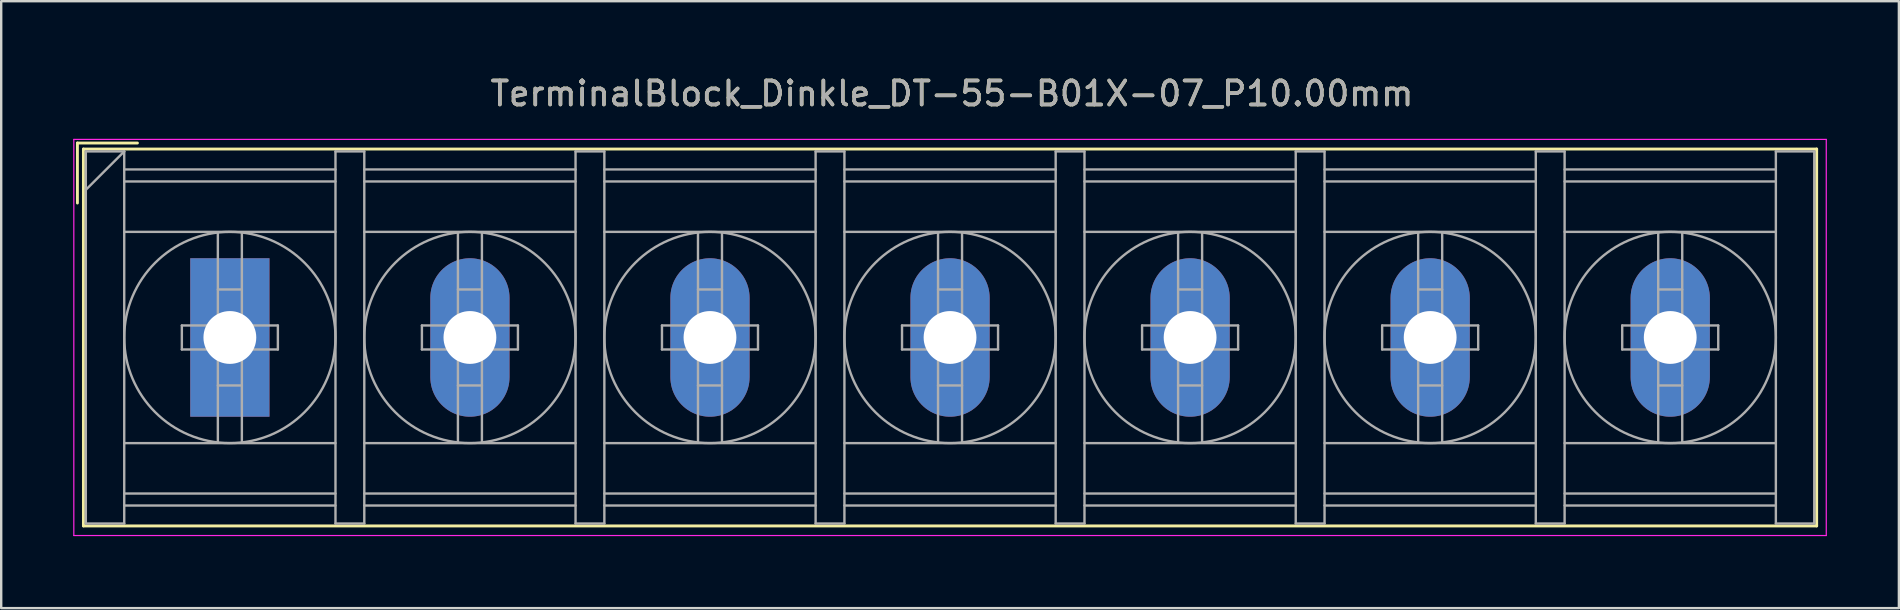
<source format=kicad_pcb>
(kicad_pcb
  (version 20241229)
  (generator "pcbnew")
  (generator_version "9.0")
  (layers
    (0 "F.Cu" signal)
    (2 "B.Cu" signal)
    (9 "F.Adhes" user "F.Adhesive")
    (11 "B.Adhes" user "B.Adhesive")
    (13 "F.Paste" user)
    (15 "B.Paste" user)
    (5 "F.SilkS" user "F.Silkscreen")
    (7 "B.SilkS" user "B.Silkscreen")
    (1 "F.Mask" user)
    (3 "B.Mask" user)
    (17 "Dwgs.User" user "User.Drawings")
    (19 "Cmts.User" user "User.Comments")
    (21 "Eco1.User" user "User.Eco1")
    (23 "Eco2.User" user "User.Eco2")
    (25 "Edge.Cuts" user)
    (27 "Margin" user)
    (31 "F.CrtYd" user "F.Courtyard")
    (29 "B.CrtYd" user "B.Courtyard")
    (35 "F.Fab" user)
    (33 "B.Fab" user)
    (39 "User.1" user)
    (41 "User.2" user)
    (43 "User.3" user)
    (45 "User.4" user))
  (footprint "TerminalBlock_Dinkle_DT-55-B01X-07_P10.00mm"
    (layer "F.Cu")
    (at 6.525 11.008)
    (property "Reference" "TerminalBlock_Dinkle_DT-55-B01X-07_P10.00mm" (at 30.08 -10.16 0) (layer "F.SilkS") (effects (font (size 1 1) (thickness 0.15))))
    (attr through_hole)
    (fp_line (start -6.35 -8.1) (end -3.85 -8.1) (stroke (width 0.12) (type solid)) (layer "F.SilkS"))
    (fp_line (start -6.35 -5.6) (end -6.35 -8.1) (stroke (width 0.12) (type solid)) (layer "F.SilkS"))
    (fp_line (start -6.1 -7.85) (end 66.1 -7.85) (stroke (width 0.12) (type solid)) (layer "F.SilkS"))
    (fp_line (start -6.1 7.85) (end -6.1 -7.85) (stroke (width 0.12) (type solid)) (layer "F.SilkS"))
    (fp_line (start -6.1 7.85) (end 66.1 7.85) (stroke (width 0.12) (type solid)) (layer "F.SilkS"))
    (fp_line (start 66.1 -7.85) (end 66.1 7.85) (stroke (width 0.12) (type solid)) (layer "F.SilkS"))
    (fp_line (start -6.5 -8.25) (end 66.5 -8.25) (stroke (width 0.05) (type solid)) (layer "F.CrtYd"))
    (fp_line (start -6.5 8.25) (end -6.5 -8.25) (stroke (width 0.05) (type solid)) (layer "F.CrtYd"))
    (fp_line (start -6.5 8.25) (end 66.5 8.25) (stroke (width 0.05) (type solid)) (layer "F.CrtYd"))
    (fp_line (start 66.5 -8.25) (end 66.5 8.25) (stroke (width 0.05) (type solid)) (layer "F.CrtYd"))
    (fp_line (start -6 -7.75) (end -6 7.75) (stroke (width 0.1) (type solid)) (layer "F.Fab"))
    (fp_line (start -6 -7.75) (end -4.4 -7.75) (stroke (width 0.1) (type solid)) (layer "F.Fab"))
    (fp_line (start -6 7.75) (end -4.4 7.75) (stroke (width 0.1) (type solid)) (layer "F.Fab"))
    (fp_line (start -4.4 -7.75) (end -6 -6.15) (stroke (width 0.1) (type solid)) (layer "F.Fab"))
    (fp_line (start -4.4 -7.75) (end -4.4 7.75) (stroke (width 0.1) (type solid)) (layer "F.Fab"))
    (fp_line (start -4.4 -7) (end 4.4 -7) (stroke (width 0.1) (type solid)) (layer "F.Fab"))
    (fp_line (start -4.4 -6.5) (end 4.4 -6.5) (stroke (width 0.1) (type solid)) (layer "F.Fab"))
    (fp_line (start -4.4 -4.4) (end 4.4 -4.4) (stroke (width 0.1) (type solid)) (layer "F.Fab"))
    (fp_line (start -4.4 4.4) (end 4.4 4.4) (stroke (width 0.1) (type solid)) (layer "F.Fab"))
    (fp_line (start -4.4 6.5) (end 4.4 6.5) (stroke (width 0.1) (type solid)) (layer "F.Fab"))
    (fp_line (start -4.4 7) (end 4.4 7) (stroke (width 0.1) (type solid)) (layer "F.Fab"))
    (fp_line (start -2 -0.5) (end -2 0.5) (stroke (width 0.1) (type solid)) (layer "F.Fab"))
    (fp_line (start -2 0.5) (end -0.5 0.5) (stroke (width 0.1) (type solid)) (layer "F.Fab"))
    (fp_line (start -0.5 -4.35) (end -0.5 -0.5) (stroke (width 0.1) (type solid)) (layer "F.Fab"))
    (fp_line (start -0.5 -2) (end 0.5 -2) (stroke (width 0.1) (type solid)) (layer "F.Fab"))
    (fp_line (start -0.5 -0.5) (end -2 -0.5) (stroke (width 0.1) (type solid)) (layer "F.Fab"))
    (fp_line (start -0.5 0.5) (end -0.5 4.35) (stroke (width 0.1) (type solid)) (layer "F.Fab"))
    (fp_line (start -0.5 2) (end 0.5 2) (stroke (width 0.1) (type solid)) (layer "F.Fab"))
    (fp_line (start 0.5 -4.35) (end 0.5 -0.5) (stroke (width 0.1) (type solid)) (layer "F.Fab"))
    (fp_line (start 0.5 -0.5) (end 2 -0.5) (stroke (width 0.1) (type solid)) (layer "F.Fab"))
    (fp_line (start 0.5 0.5) (end 0.5 4.35) (stroke (width 0.1) (type solid)) (layer "F.Fab"))
    (fp_line (start 2 -0.5) (end 2 0.5) (stroke (width 0.1) (type solid)) (layer "F.Fab"))
    (fp_line (start 2 0.5) (end 0.5 0.5) (stroke (width 0.1) (type solid)) (layer "F.Fab"))
    (fp_line (start 4.4 -7.75) (end 4.4 7.75) (stroke (width 0.1) (type solid)) (layer "F.Fab"))
    (fp_line (start 4.4 -7.75) (end 5.6 -7.75) (stroke (width 0.1) (type solid)) (layer "F.Fab"))
    (fp_line (start 4.4 7.75) (end 5.6 7.75) (stroke (width 0.1) (type solid)) (layer "F.Fab"))
    (fp_line (start 5.6 -7.75) (end 5.6 7.75) (stroke (width 0.1) (type solid)) (layer "F.Fab"))
    (fp_line (start 5.6 -7) (end 14.4 -7) (stroke (width 0.1) (type solid)) (layer "F.Fab"))
    (fp_line (start 5.6 -6.5) (end 14.4 -6.5) (stroke (width 0.1) (type solid)) (layer "F.Fab"))
    (fp_line (start 5.6 -4.4) (end 14.4 -4.4) (stroke (width 0.1) (type solid)) (layer "F.Fab"))
    (fp_line (start 5.6 4.4) (end 14.4 4.4) (stroke (width 0.1) (type solid)) (layer "F.Fab"))
    (fp_line (start 5.6 6.5) (end 14.4 6.5) (stroke (width 0.1) (type solid)) (layer "F.Fab"))
    (fp_line (start 5.6 7) (end 14.4 7) (stroke (width 0.1) (type solid)) (layer "F.Fab"))
    (fp_line (start 8 -0.5) (end 8 0.5) (stroke (width 0.1) (type solid)) (layer "F.Fab"))
    (fp_line (start 8 0.5) (end 9.5 0.5) (stroke (width 0.1) (type solid)) (layer "F.Fab"))
    (fp_line (start 9.5 -4.35) (end 9.5 -0.5) (stroke (width 0.1) (type solid)) (layer "F.Fab"))
    (fp_line (start 9.5 -2) (end 10.5 -2) (stroke (width 0.1) (type solid)) (layer "F.Fab"))
    (fp_line (start 9.5 -0.5) (end 8 -0.5) (stroke (width 0.1) (type solid)) (layer "F.Fab"))
    (fp_line (start 9.5 0.5) (end 9.5 4.35) (stroke (width 0.1) (type solid)) (layer "F.Fab"))
    (fp_line (start 9.5 2) (end 10.5 2) (stroke (width 0.1) (type solid)) (layer "F.Fab"))
    (fp_line (start 10.5 -4.35) (end 10.5 -0.5) (stroke (width 0.1) (type solid)) (layer "F.Fab"))
    (fp_line (start 10.5 -0.5) (end 12 -0.5) (stroke (width 0.1) (type solid)) (layer "F.Fab"))
    (fp_line (start 10.5 0.5) (end 10.5 4.35) (stroke (width 0.1) (type solid)) (layer "F.Fab"))
    (fp_line (start 12 -0.5) (end 12 0.5) (stroke (width 0.1) (type solid)) (layer "F.Fab"))
    (fp_line (start 12 0.5) (end 10.5 0.5) (stroke (width 0.1) (type solid)) (layer "F.Fab"))
    (fp_line (start 14.4 -7.75) (end 14.4 7.75) (stroke (width 0.1) (type solid)) (layer "F.Fab"))
    (fp_line (start 14.4 -7.75) (end 15.6 -7.75) (stroke (width 0.1) (type solid)) (layer "F.Fab"))
    (fp_line (start 14.4 7.75) (end 15.6 7.75) (stroke (width 0.1) (type solid)) (layer "F.Fab"))
    (fp_line (start 15.6 -7.75) (end 15.6 7.75) (stroke (width 0.1) (type solid)) (layer "F.Fab"))
    (fp_line (start 15.6 -7) (end 24.4 -7) (stroke (width 0.1) (type solid)) (layer "F.Fab"))
    (fp_line (start 15.6 -6.5) (end 24.4 -6.5) (stroke (width 0.1) (type solid)) (layer "F.Fab"))
    (fp_line (start 15.6 -4.4) (end 24.4 -4.4) (stroke (width 0.1) (type solid)) (layer "F.Fab"))
    (fp_line (start 15.6 4.4) (end 24.4 4.4) (stroke (width 0.1) (type solid)) (layer "F.Fab"))
    (fp_line (start 15.6 6.5) (end 24.4 6.5) (stroke (width 0.1) (type solid)) (layer "F.Fab"))
    (fp_line (start 15.6 7) (end 24.4 7) (stroke (width 0.1) (type solid)) (layer "F.Fab"))
    (fp_line (start 18 -0.5) (end 18 0.5) (stroke (width 0.1) (type solid)) (layer "F.Fab"))
    (fp_line (start 18 0.5) (end 19.5 0.5) (stroke (width 0.1) (type solid)) (layer "F.Fab"))
    (fp_line (start 19.5 -4.35) (end 19.5 -0.5) (stroke (width 0.1) (type solid)) (layer "F.Fab"))
    (fp_line (start 19.5 -2) (end 20.5 -2) (stroke (width 0.1) (type solid)) (layer "F.Fab"))
    (fp_line (start 19.5 -0.5) (end 18 -0.5) (stroke (width 0.1) (type solid)) (layer "F.Fab"))
    (fp_line (start 19.5 0.5) (end 19.5 4.35) (stroke (width 0.1) (type solid)) (layer "F.Fab"))
    (fp_line (start 19.5 2) (end 20.5 2) (stroke (width 0.1) (type solid)) (layer "F.Fab"))
    (fp_line (start 20.5 -4.35) (end 20.5 -0.5) (stroke (width 0.1) (type solid)) (layer "F.Fab"))
    (fp_line (start 20.5 -0.5) (end 22 -0.5) (stroke (width 0.1) (type solid)) (layer "F.Fab"))
    (fp_line (start 20.5 0.5) (end 20.5 4.35) (stroke (width 0.1) (type solid)) (layer "F.Fab"))
    (fp_line (start 22 -0.5) (end 22 0.5) (stroke (width 0.1) (type solid)) (layer "F.Fab"))
    (fp_line (start 22 0.5) (end 20.5 0.5) (stroke (width 0.1) (type solid)) (layer "F.Fab"))
    (fp_line (start 24.4 -7.75) (end 24.4 7.75) (stroke (width 0.1) (type solid)) (layer "F.Fab"))
    (fp_line (start 24.4 -7.75) (end 25.6 -7.75) (stroke (width 0.1) (type solid)) (layer "F.Fab"))
    (fp_line (start 24.4 7.75) (end 25.6 7.75) (stroke (width 0.1) (type solid)) (layer "F.Fab"))
    (fp_line (start 25.6 -7.75) (end 25.6 7.75) (stroke (width 0.1) (type solid)) (layer "F.Fab"))
    (fp_line (start 25.6 -7) (end 34.4 -7) (stroke (width 0.1) (type solid)) (layer "F.Fab"))
    (fp_line (start 25.6 -6.5) (end 34.4 -6.5) (stroke (width 0.1) (type solid)) (layer "F.Fab"))
    (fp_line (start 25.6 -4.4) (end 34.4 -4.4) (stroke (width 0.1) (type solid)) (layer "F.Fab"))
    (fp_line (start 25.6 4.4) (end 34.4 4.4) (stroke (width 0.1) (type solid)) (layer "F.Fab"))
    (fp_line (start 25.6 6.5) (end 34.4 6.5) (stroke (width 0.1) (type solid)) (layer "F.Fab"))
    (fp_line (start 25.6 7) (end 34.4 7) (stroke (width 0.1) (type solid)) (layer "F.Fab"))
    (fp_line (start 28 -0.5) (end 28 0.5) (stroke (width 0.1) (type solid)) (layer "F.Fab"))
    (fp_line (start 28 0.5) (end 29.5 0.5) (stroke (width 0.1) (type solid)) (layer "F.Fab"))
    (fp_line (start 29.5 -4.35) (end 29.5 -0.5) (stroke (width 0.1) (type solid)) (layer "F.Fab"))
    (fp_line (start 29.5 -2) (end 30.5 -2) (stroke (width 0.1) (type solid)) (layer "F.Fab"))
    (fp_line (start 29.5 -0.5) (end 28 -0.5) (stroke (width 0.1) (type solid)) (layer "F.Fab"))
    (fp_line (start 29.5 0.5) (end 29.5 4.35) (stroke (width 0.1) (type solid)) (layer "F.Fab"))
    (fp_line (start 29.5 2) (end 30.5 2) (stroke (width 0.1) (type solid)) (layer "F.Fab"))
    (fp_line (start 30.5 -4.35) (end 30.5 -0.5) (stroke (width 0.1) (type solid)) (layer "F.Fab"))
    (fp_line (start 30.5 -0.5) (end 32 -0.5) (stroke (width 0.1) (type solid)) (layer "F.Fab"))
    (fp_line (start 30.5 0.5) (end 30.5 4.35) (stroke (width 0.1) (type solid)) (layer "F.Fab"))
    (fp_line (start 32 -0.5) (end 32 0.5) (stroke (width 0.1) (type solid)) (layer "F.Fab"))
    (fp_line (start 32 0.5) (end 30.5 0.5) (stroke (width 0.1) (type solid)) (layer "F.Fab"))
    (fp_line (start 34.4 -7.75) (end 34.4 7.75) (stroke (width 0.1) (type solid)) (layer "F.Fab"))
    (fp_line (start 34.4 -7.75) (end 35.6 -7.75) (stroke (width 0.1) (type solid)) (layer "F.Fab"))
    (fp_line (start 34.4 7.75) (end 35.6 7.75) (stroke (width 0.1) (type solid)) (layer "F.Fab"))
    (fp_line (start 35.6 -7.75) (end 35.6 7.75) (stroke (width 0.1) (type solid)) (layer "F.Fab"))
    (fp_line (start 35.6 -7) (end 44.4 -7) (stroke (width 0.1) (type solid)) (layer "F.Fab"))
    (fp_line (start 35.6 -6.5) (end 44.4 -6.5) (stroke (width 0.1) (type solid)) (layer "F.Fab"))
    (fp_line (start 35.6 -4.4) (end 44.4 -4.4) (stroke (width 0.1) (type solid)) (layer "F.Fab"))
    (fp_line (start 35.6 4.4) (end 44.4 4.4) (stroke (width 0.1) (type solid)) (layer "F.Fab"))
    (fp_line (start 35.6 6.5) (end 44.4 6.5) (stroke (width 0.1) (type solid)) (layer "F.Fab"))
    (fp_line (start 35.6 7) (end 44.4 7) (stroke (width 0.1) (type solid)) (layer "F.Fab"))
    (fp_line (start 38 -0.5) (end 38 0.5) (stroke (width 0.1) (type solid)) (layer "F.Fab"))
    (fp_line (start 38 0.5) (end 39.5 0.5) (stroke (width 0.1) (type solid)) (layer "F.Fab"))
    (fp_line (start 39.5 -4.35) (end 39.5 -0.5) (stroke (width 0.1) (type solid)) (layer "F.Fab"))
    (fp_line (start 39.5 -2) (end 40.5 -2) (stroke (width 0.1) (type solid)) (layer "F.Fab"))
    (fp_line (start 39.5 -0.5) (end 38 -0.5) (stroke (width 0.1) (type solid)) (layer "F.Fab"))
    (fp_line (start 39.5 0.5) (end 39.5 4.35) (stroke (width 0.1) (type solid)) (layer "F.Fab"))
    (fp_line (start 39.5 2) (end 40.5 2) (stroke (width 0.1) (type solid)) (layer "F.Fab"))
    (fp_line (start 40.5 -4.35) (end 40.5 -0.5) (stroke (width 0.1) (type solid)) (layer "F.Fab"))
    (fp_line (start 40.5 -0.5) (end 42 -0.5) (stroke (width 0.1) (type solid)) (layer "F.Fab"))
    (fp_line (start 40.5 0.5) (end 40.5 4.35) (stroke (width 0.1) (type solid)) (layer "F.Fab"))
    (fp_line (start 42 -0.5) (end 42 0.5) (stroke (width 0.1) (type solid)) (layer "F.Fab"))
    (fp_line (start 42 0.5) (end 40.5 0.5) (stroke (width 0.1) (type solid)) (layer "F.Fab"))
    (fp_line (start 44.4 -7.75) (end 44.4 7.75) (stroke (width 0.1) (type solid)) (layer "F.Fab"))
    (fp_line (start 44.4 -7.75) (end 45.6 -7.75) (stroke (width 0.1) (type solid)) (layer "F.Fab"))
    (fp_line (start 44.4 7.75) (end 45.6 7.75) (stroke (width 0.1) (type solid)) (layer "F.Fab"))
    (fp_line (start 45.6 -7.75) (end 45.6 7.75) (stroke (width 0.1) (type solid)) (layer "F.Fab"))
    (fp_line (start 45.6 -7) (end 54.4 -7) (stroke (width 0.1) (type solid)) (layer "F.Fab"))
    (fp_line (start 45.6 -6.5) (end 54.4 -6.5) (stroke (width 0.1) (type solid)) (layer "F.Fab"))
    (fp_line (start 45.6 -4.4) (end 54.4 -4.4) (stroke (width 0.1) (type solid)) (layer "F.Fab"))
    (fp_line (start 45.6 4.4) (end 54.4 4.4) (stroke (width 0.1) (type solid)) (layer "F.Fab"))
    (fp_line (start 45.6 6.5) (end 54.4 6.5) (stroke (width 0.1) (type solid)) (layer "F.Fab"))
    (fp_line (start 45.6 7) (end 54.4 7) (stroke (width 0.1) (type solid)) (layer "F.Fab"))
    (fp_line (start 48 -0.5) (end 48 0.5) (stroke (width 0.1) (type solid)) (layer "F.Fab"))
    (fp_line (start 48 0.5) (end 49.5 0.5) (stroke (width 0.1) (type solid)) (layer "F.Fab"))
    (fp_line (start 49.5 -4.35) (end 49.5 -0.5) (stroke (width 0.1) (type solid)) (layer "F.Fab"))
    (fp_line (start 49.5 -2) (end 50.5 -2) (stroke (width 0.1) (type solid)) (layer "F.Fab"))
    (fp_line (start 49.5 -0.5) (end 48 -0.5) (stroke (width 0.1) (type solid)) (layer "F.Fab"))
    (fp_line (start 49.5 0.5) (end 49.5 4.35) (stroke (width 0.1) (type solid)) (layer "F.Fab"))
    (fp_line (start 49.5 2) (end 50.5 2) (stroke (width 0.1) (type solid)) (layer "F.Fab"))
    (fp_line (start 50.5 -4.35) (end 50.5 -0.5) (stroke (width 0.1) (type solid)) (layer "F.Fab"))
    (fp_line (start 50.5 -0.5) (end 52 -0.5) (stroke (width 0.1) (type solid)) (layer "F.Fab"))
    (fp_line (start 50.5 0.5) (end 50.5 4.35) (stroke (width 0.1) (type solid)) (layer "F.Fab"))
    (fp_line (start 52 -0.5) (end 52 0.5) (stroke (width 0.1) (type solid)) (layer "F.Fab"))
    (fp_line (start 52 0.5) (end 50.5 0.5) (stroke (width 0.1) (type solid)) (layer "F.Fab"))
    (fp_line (start 54.4 -7.75) (end 54.4 7.75) (stroke (width 0.1) (type solid)) (layer "F.Fab"))
    (fp_line (start 54.4 -7.75) (end 55.6 -7.75) (stroke (width 0.1) (type solid)) (layer "F.Fab"))
    (fp_line (start 54.4 7.75) (end 55.6 7.75) (stroke (width 0.1) (type solid)) (layer "F.Fab"))
    (fp_line (start 55.6 -7.75) (end 55.6 7.75) (stroke (width 0.1) (type solid)) (layer "F.Fab"))
    (fp_line (start 55.6 -7) (end 64.4 -7) (stroke (width 0.1) (type solid)) (layer "F.Fab"))
    (fp_line (start 55.6 -6.5) (end 64.4 -6.5) (stroke (width 0.1) (type solid)) (layer "F.Fab"))
    (fp_line (start 55.6 -4.4) (end 64.4 -4.4) (stroke (width 0.1) (type solid)) (layer "F.Fab"))
    (fp_line (start 55.6 4.4) (end 64.4 4.4) (stroke (width 0.1) (type solid)) (layer "F.Fab"))
    (fp_line (start 55.6 6.5) (end 64.4 6.5) (stroke (width 0.1) (type solid)) (layer "F.Fab"))
    (fp_line (start 55.6 7) (end 64.4 7) (stroke (width 0.1) (type solid)) (layer "F.Fab"))
    (fp_line (start 58 -0.5) (end 58 0.5) (stroke (width 0.1) (type solid)) (layer "F.Fab"))
    (fp_line (start 58 0.5) (end 59.5 0.5) (stroke (width 0.1) (type solid)) (layer "F.Fab"))
    (fp_line (start 59.5 -4.35) (end 59.5 -0.5) (stroke (width 0.1) (type solid)) (layer "F.Fab"))
    (fp_line (start 59.5 -2) (end 60.5 -2) (stroke (width 0.1) (type solid)) (layer "F.Fab"))
    (fp_line (start 59.5 -0.5) (end 58 -0.5) (stroke (width 0.1) (type solid)) (layer "F.Fab"))
    (fp_line (start 59.5 0.5) (end 59.5 4.35) (stroke (width 0.1) (type solid)) (layer "F.Fab"))
    (fp_line (start 59.5 2) (end 60.5 2) (stroke (width 0.1) (type solid)) (layer "F.Fab"))
    (fp_line (start 60.5 -4.35) (end 60.5 -0.5) (stroke (width 0.1) (type solid)) (layer "F.Fab"))
    (fp_line (start 60.5 -0.5) (end 62 -0.5) (stroke (width 0.1) (type solid)) (layer "F.Fab"))
    (fp_line (start 60.5 0.5) (end 60.5 4.35) (stroke (width 0.1) (type solid)) (layer "F.Fab"))
    (fp_line (start 62 -0.5) (end 62 0.5) (stroke (width 0.1) (type solid)) (layer "F.Fab"))
    (fp_line (start 62 0.5) (end 60.5 0.5) (stroke (width 0.1) (type solid)) (layer "F.Fab"))
    (fp_line (start 64.4 -7.75) (end 64.4 7.75) (stroke (width 0.1) (type solid)) (layer "F.Fab"))
    (fp_line (start 64.4 -7.75) (end 66 -7.75) (stroke (width 0.1) (type solid)) (layer "F.Fab"))
    (fp_line (start 64.4 7.75) (end 66 7.75) (stroke (width 0.1) (type solid)) (layer "F.Fab"))
    (fp_line (start 66 -7.75) (end 66 7.75) (stroke (width 0.1) (type solid)) (layer "F.Fab"))
    (fp_circle (center 0 0) (end 0.5 0.5) (stroke (width 0.1) (type solid)) (fill no) (layer "F.Fab"))
    (fp_circle (center 0 0) (end 4.4 0) (stroke (width 0.1) (type solid)) (fill no) (layer "F.Fab"))
    (fp_circle (center 10 0) (end 10.5 0.5) (stroke (width 0.1) (type solid)) (fill no) (layer "F.Fab"))
    (fp_circle (center 10 0) (end 14.4 0) (stroke (width 0.1) (type solid)) (fill no) (layer "F.Fab"))
    (fp_circle (center 20 0) (end 20.5 0.5) (stroke (width 0.1) (type solid)) (fill no) (layer "F.Fab"))
    (fp_circle (center 20 0) (end 24.4 0) (stroke (width 0.1) (type solid)) (fill no) (layer "F.Fab"))
    (fp_circle (center 30 0) (end 30.5 0.5) (stroke (width 0.1) (type solid)) (fill no) (layer "F.Fab"))
    (fp_circle (center 30 0) (end 34.4 0) (stroke (width 0.1) (type solid)) (fill no) (layer "F.Fab"))
    (fp_circle (center 40 0) (end 40.5 0.5) (stroke (width 0.1) (type solid)) (fill no) (layer "F.Fab"))
    (fp_circle (center 40 0) (end 44.4 0) (stroke (width 0.1) (type solid)) (fill no) (layer "F.Fab"))
    (fp_circle (center 50 0) (end 50.5 0.5) (stroke (width 0.1) (type solid)) (fill no) (layer "F.Fab"))
    (fp_circle (center 50 0) (end 54.4 0) (stroke (width 0.1) (type solid)) (fill no) (layer "F.Fab"))
    (fp_circle (center 60 0) (end 60.5 0.5) (stroke (width 0.1) (type solid)) (fill no) (layer "F.Fab"))
    (fp_circle (center 60 0) (end 64.4 0) (stroke (width 0.1) (type solid)) (fill no) (layer "F.Fab"))
    (fp_text user "${REFERENCE}" (at 30.08 -10.16 0) (layer "F.Fab") (effects (font (size 1 1) (thickness 0.15))))
    (pad "1" thru_hole rect (at 0 0) (size 3.3 6.6) (drill 2.2) (layers "*.Cu" "*.Mask"))
    (pad "2" thru_hole oval (at 10 0) (size 3.3 6.6) (drill 2.2) (layers "*.Cu" "*.Mask"))
    (pad "3" thru_hole oval (at 20 0) (size 3.3 6.6) (drill 2.2) (layers "*.Cu" "*.Mask"))
    (pad "4" thru_hole oval (at 30 0) (size 3.3 6.6) (drill 2.2) (layers "*.Cu" "*.Mask"))
    (pad "5" thru_hole oval (at 40 0) (size 3.3 6.6) (drill 2.2) (layers "*.Cu" "*.Mask"))
    (pad "6" thru_hole oval (at 50 0) (size 3.3 6.6) (drill 2.2) (layers "*.Cu" "*.Mask"))
    (pad "7" thru_hole oval (at 60 0) (size 3.3 6.6) (drill 2.2) (layers "*.Cu" "*.Mask")))
  (gr_rect
    (start -3 -3)
    (end 76.05 22.283)
    (stroke (width 0.1) (type default))
    (fill no)
    (layer "Edge.Cuts")))
</source>
